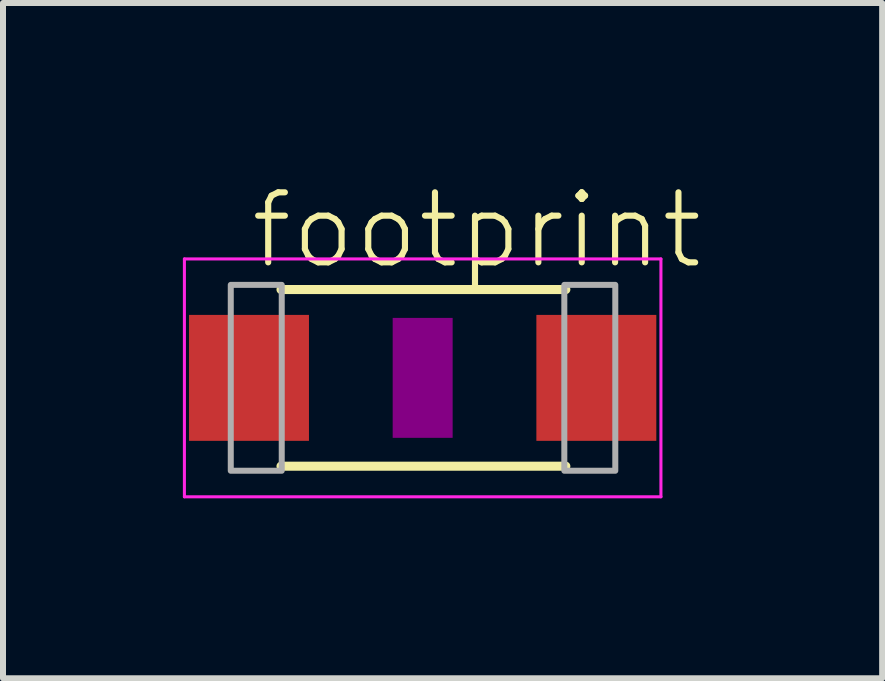
<source format=kicad_pcb>
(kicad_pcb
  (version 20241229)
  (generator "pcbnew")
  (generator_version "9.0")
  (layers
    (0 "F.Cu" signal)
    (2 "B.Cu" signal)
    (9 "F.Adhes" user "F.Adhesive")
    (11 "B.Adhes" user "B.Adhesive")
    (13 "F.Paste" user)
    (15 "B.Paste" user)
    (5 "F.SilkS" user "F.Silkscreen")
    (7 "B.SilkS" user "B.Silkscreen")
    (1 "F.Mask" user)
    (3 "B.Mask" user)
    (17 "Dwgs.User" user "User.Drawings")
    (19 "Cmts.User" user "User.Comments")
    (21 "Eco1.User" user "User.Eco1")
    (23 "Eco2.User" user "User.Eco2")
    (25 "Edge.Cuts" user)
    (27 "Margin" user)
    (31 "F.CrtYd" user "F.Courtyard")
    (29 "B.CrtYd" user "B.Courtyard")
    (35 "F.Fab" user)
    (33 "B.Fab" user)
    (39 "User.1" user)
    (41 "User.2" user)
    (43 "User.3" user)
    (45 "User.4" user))
  (footprint "footprint"
    (layer "F.Cu")
    (at 3.998 3.251)
    (property "Reference" "footprint" (at -2.921 -1.778 0) (layer "F.SilkS") (effects (font (size 1.168 1.168) (thickness 0.102)) (justify left bottom)))
    (fp_line (start -2.362 -1.473) (end 2.387 -1.473) (stroke (width 0.152) (type solid)) (layer "F.SilkS"))
    (fp_line (start -2.362 1.473) (end 2.387 1.473) (stroke (width 0.152) (type solid)) (layer "F.SilkS"))
    (fp_poly (pts (xy -0.5 1) (xy 0.5 1) (xy 0.5 -1) (xy -0.5 -1)) (stroke (width 0) (type solid)) (fill yes) (layer "F.Adhes"))
    (fp_line (start -3.973 -1.983) (end 3.973 -1.983) (stroke (width 0.051) (type solid)) (layer "F.CrtYd"))
    (fp_line (start -3.973 1.983) (end -3.973 -1.983) (stroke (width 0.051) (type solid)) (layer "F.CrtYd"))
    (fp_line (start 3.973 -1.983) (end 3.973 1.983) (stroke (width 0.051) (type solid)) (layer "F.CrtYd"))
    (fp_line (start 3.973 1.983) (end -3.973 1.983) (stroke (width 0.051) (type solid)) (layer "F.CrtYd"))
    (fp_poly (pts (xy -3.2 1.549) (xy -2.35 1.549) (xy -2.35 -1.551) (xy -3.2 -1.551)) (stroke (width 0.1) (type solid)) (fill no) (layer "F.Fab"))
    (fp_poly (pts (xy 2.362 1.549) (xy 3.212 1.549) (xy 3.212 -1.551) (xy 2.362 -1.551)) (stroke (width 0.1) (type solid)) (fill no) (layer "F.Fab"))
    (pad "1" smd rect (at -2.896 0) (size 2 2.1) (layers "F.Cu" "F.Mask" "F.Paste"))
    (pad "2" smd rect (at 2.896 0) (size 2 2.1) (layers "F.Cu" "F.Mask" "F.Paste")))
  (gr_rect
    (start -3 -3)
    (end 11.66 8.26)
    (stroke (width 0.1) (type default))
    (fill no)
    (layer "Edge.Cuts")))
</source>
